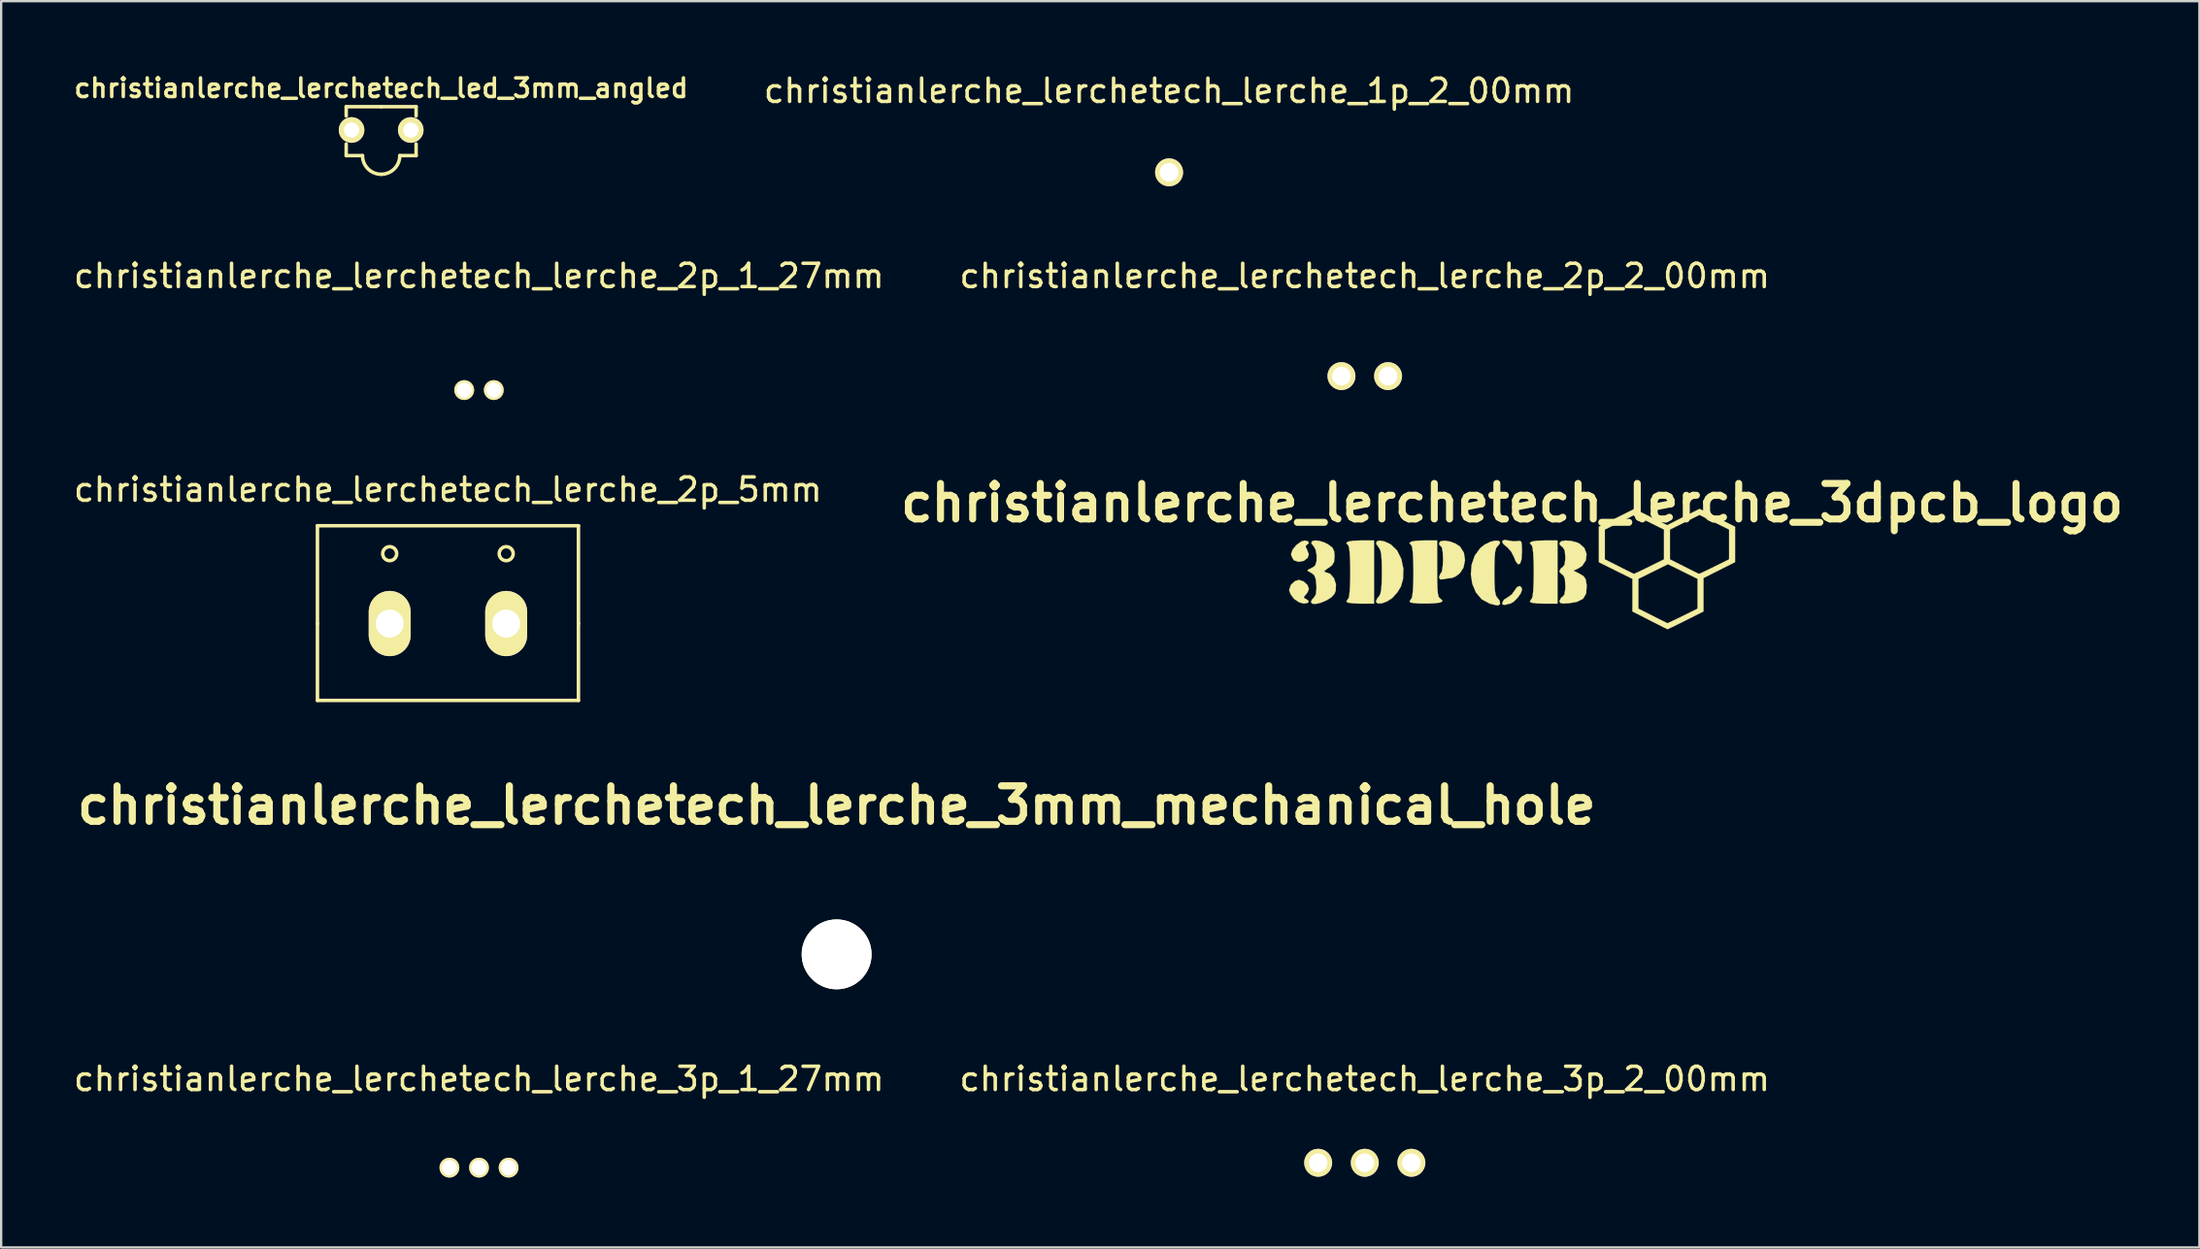
<source format=kicad_pcb>
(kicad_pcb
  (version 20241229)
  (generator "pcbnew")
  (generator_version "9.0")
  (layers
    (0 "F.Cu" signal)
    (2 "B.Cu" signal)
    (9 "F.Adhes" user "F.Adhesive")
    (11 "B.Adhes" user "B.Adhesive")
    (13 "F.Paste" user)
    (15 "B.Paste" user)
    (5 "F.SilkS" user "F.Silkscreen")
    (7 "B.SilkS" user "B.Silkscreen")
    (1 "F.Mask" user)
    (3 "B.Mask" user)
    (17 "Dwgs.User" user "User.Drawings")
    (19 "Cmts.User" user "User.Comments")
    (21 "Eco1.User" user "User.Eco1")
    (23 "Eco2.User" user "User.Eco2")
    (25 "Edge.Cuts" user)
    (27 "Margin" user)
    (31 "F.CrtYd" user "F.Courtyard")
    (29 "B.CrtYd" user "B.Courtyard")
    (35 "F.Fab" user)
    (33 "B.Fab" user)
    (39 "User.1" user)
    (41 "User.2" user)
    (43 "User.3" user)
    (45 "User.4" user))
  (footprint "christianlerche_lerchetech_lerche_2p_5mm"
    (layer "F.Cu")
    (at 16.173 23.72)
    (property "Reference" "christianlerche_lerchetech_lerche_2p_5mm" (at 0 -5.75 0) (layer "F.SilkS") (effects (font (size 1 1) (thickness 0.15))))
    (attr through_hole)
    (fp_line (start -5.6 -4.2) (end -5.6 0) (stroke (width 0.15) (type solid)) (layer "F.SilkS"))
    (fp_line (start -5.6 0) (end -5.6 3.3) (stroke (width 0.15) (type solid)) (layer "F.SilkS"))
    (fp_line (start -5.6 3.3) (end 5.6 3.3) (stroke (width 0.15) (type solid)) (layer "F.SilkS"))
    (fp_line (start 5.6 -4.2) (end -5.6 -4.2) (stroke (width 0.15) (type solid)) (layer "F.SilkS"))
    (fp_line (start 5.6 0) (end 5.6 -4.2) (stroke (width 0.15) (type solid)) (layer "F.SilkS"))
    (fp_line (start 5.6 3.3) (end 5.6 0) (stroke (width 0.15) (type solid)) (layer "F.SilkS"))
    (fp_circle (center -2.5 -3) (end -2.5 -2.7) (stroke (width 0.15) (type solid)) (fill no) (layer "F.SilkS"))
    (fp_circle (center 2.5 -3) (end 2.5 -2.7) (stroke (width 0.15) (type solid)) (fill no) (layer "F.SilkS"))
    (pad "1" thru_hole oval (at -2.5 0) (size 1.8 2.8) (drill 1.2) (layers "*.Cu" "*.Mask" "F.SilkS"))
    (pad "2" thru_hole oval (at 2.5 0) (size 1.8 2.8) (drill 1.2) (layers "*.Cu" "*.Mask" "F.SilkS")))
  (footprint "christianlerche_lerchetech_lerche_3dpcb_logo"
    (layer "F.Cu")
    (at 61.841 21.34)
    (property "Reference" "christianlerche_lerchetech_lerche_3dpcb_logo" (at 0 -2.8 0) (layer "F.SilkS") (effects (font (size 1.524 1.524) (thickness 0.3))))
    (attr through_hole)
    (fp_poly (pts (xy -8.752 -1.145) (xy -8.727 -1.062) (xy -8.817 -0.998) (xy -8.863 -0.925) (xy -8.796 -0.779) (xy -8.725 -0.589) (xy -8.772 -0.444) (xy -8.936 -0.313) (xy -9.157 -0.271) (xy -9.352 -0.33) (xy -9.377 -0.352) (xy -9.469 -0.525) (xy -9.483 -0.613) (xy -9.414 -0.802) (xy -9.248 -0.998) (xy -9.043 -1.144) (xy -8.894 -1.185) (xy -8.752 -1.145)) (stroke (width 0.01) (type solid)) (fill yes) (layer "F.SilkS"))
    (fp_poly (pts (xy 0.413 0.852) (xy 0.423 0.935) (xy 0.367 1.09) (xy 0.231 1.278) (xy 0.067 1.442) (xy -0.075 1.523) (xy -0.09 1.524) (xy -0.219 1.551) (xy -0.289 1.575) (xy -0.402 1.567) (xy -0.423 1.489) (xy -0.352 1.359) (xy -0.211 1.27) (xy -0.013 1.131) (xy 0.099 0.975) (xy 0.216 0.812) (xy 0.335 0.769) (xy 0.413 0.852)) (stroke (width 0.01) (type solid)) (fill yes) (layer "F.SilkS"))
    (fp_poly (pts (xy -0.173 -1.186) (xy 0.066 -1.148) (xy 0.25 -1.16) (xy 0.345 -1.171) (xy 0.397 -1.118) (xy 0.419 -0.965) (xy 0.423 -0.687) (xy 0.401 -0.368) (xy 0.341 -0.191) (xy 0.254 -0.165) (xy 0.153 -0.296) (xy 0.084 -0.469) (xy -0.039 -0.709) (xy -0.204 -0.891) (xy -0.219 -0.902) (xy -0.39 -1.051) (xy -0.424 -1.163) (xy -0.327 -1.211) (xy -0.173 -1.186)) (stroke (width 0.01) (type solid)) (fill yes) (layer "F.SilkS"))
    (fp_poly (pts (xy -8.949 0.572) (xy -8.785 0.723) (xy -8.721 0.889) (xy -8.776 1.038) (xy -8.854 1.137) (xy -8.943 1.245) (xy -8.903 1.301) (xy -8.854 1.322) (xy -8.731 1.408) (xy -8.76 1.488) (xy -8.927 1.524) (xy -8.936 1.524) (xy -9.144 1.465) (xy -9.352 1.324) (xy -9.36 1.316) (xy -9.502 1.127) (xy -9.567 0.951) (xy -9.567 0.941) (xy -9.495 0.722) (xy -9.319 0.558) (xy -9.144 0.508) (xy -8.949 0.572)) (stroke (width 0.01) (type solid)) (fill yes) (layer "F.SilkS"))
    (fp_poly (pts (xy -5.927 1.524) (xy -6.519 1.524) (xy -6.811 1.514) (xy -7.023 1.486) (xy -7.112 1.448) (xy -7.112 1.444) (xy -7.05 1.33) (xy -7.027 1.312) (xy -6.993 1.209) (xy -6.966 0.964) (xy -6.949 0.605) (xy -6.943 0.169) (xy -6.949 -0.276) (xy -6.967 -0.633) (xy -6.994 -0.875) (xy -7.027 -0.974) (xy -7.117 -1.068) (xy -7.044 -1.136) (xy -6.813 -1.175) (xy -6.519 -1.185) (xy -5.927 -1.185) (xy -5.927 1.524)) (stroke (width 0.01) (type solid)) (fill yes) (layer "F.SilkS"))
    (fp_poly (pts (xy 1.947 1.524) (xy 1.355 1.524) (xy 1.063 1.514) (xy 0.851 1.486) (xy 0.762 1.448) (xy 0.762 1.444) (xy 0.824 1.33) (xy 0.847 1.312) (xy 0.881 1.209) (xy 0.908 0.964) (xy 0.925 0.605) (xy 0.931 0.169) (xy 0.925 -0.276) (xy 0.907 -0.633) (xy 0.88 -0.875) (xy 0.847 -0.974) (xy 0.757 -1.068) (xy 0.83 -1.136) (xy 1.061 -1.175) (xy 1.355 -1.185) (xy 1.947 -1.185) (xy 1.947 1.524)) (stroke (width 0.01) (type solid)) (fill yes) (layer "F.SilkS"))
    (fp_poly (pts (xy -2.664 -1.139) (xy -2.429 -1.053) (xy -2.236 -0.924) (xy -2.235 -0.924) (xy -2.07 -0.663) (xy -2.021 -0.34) (xy -2.088 -0.018) (xy -2.24 0.216) (xy -2.424 0.358) (xy -2.59 0.424) (xy -2.6 0.424) (xy -2.807 0.447) (xy -2.942 0.477) (xy -3.093 0.484) (xy -3.133 0.396) (xy -3.085 0.248) (xy -3.048 0.212) (xy -3.004 0.106) (xy -2.974 -0.119) (xy -2.963 -0.386) (xy -2.975 -0.672) (xy -3.007 -0.867) (xy -3.048 -0.931) (xy -3.121 -1.001) (xy -3.133 -1.069) (xy -3.064 -1.156) (xy -2.892 -1.176) (xy -2.664 -1.139)) (stroke (width 0.01) (type solid)) (fill yes) (layer "F.SilkS"))
    (fp_poly (pts (xy -0.569 -1.17) (xy -0.512 -1.103) (xy -0.578 -0.984) (xy -0.635 -0.931) (xy -0.692 -0.846) (xy -0.73 -0.686) (xy -0.752 -0.423) (xy -0.761 -0.029) (xy -0.762 0.169) (xy -0.757 0.623) (xy -0.741 0.934) (xy -0.71 1.132) (xy -0.66 1.244) (xy -0.635 1.27) (xy -0.531 1.409) (xy -0.517 1.54) (xy -0.597 1.602) (xy -0.614 1.601) (xy -0.768 1.573) (xy -0.964 1.521) (xy -1.301 1.34) (xy -1.55 1.048) (xy -1.707 0.679) (xy -1.77 0.269) (xy -1.736 -0.148) (xy -1.602 -0.536) (xy -1.365 -0.861) (xy -1.169 -1.014) (xy -0.928 -1.13) (xy -0.717 -1.18) (xy -0.569 -1.17)) (stroke (width 0.01) (type solid)) (fill yes) (layer "F.SilkS"))
    (fp_poly (pts (xy -5.482 -1.146) (xy -5.228 -1.028) (xy -5.204 -1.014) (xy -4.938 -0.758) (xy -4.755 -0.394) (xy -4.666 0.031) (xy -4.682 0.471) (xy -4.772 0.79) (xy -4.917 1.03) (xy -5.122 1.262) (xy -5.16 1.295) (xy -5.372 1.433) (xy -5.588 1.511) (xy -5.759 1.52) (xy -5.841 1.451) (xy -5.842 1.433) (xy -5.788 1.304) (xy -5.715 1.216) (xy -5.655 1.111) (xy -5.616 0.925) (xy -5.595 0.627) (xy -5.588 0.19) (xy -5.588 0.169) (xy -5.594 -0.274) (xy -5.614 -0.577) (xy -5.653 -0.767) (xy -5.712 -0.874) (xy -5.715 -0.877) (xy -5.83 -1.041) (xy -5.811 -1.145) (xy -5.686 -1.183) (xy -5.482 -1.146)) (stroke (width 0.01) (type solid)) (fill yes) (layer "F.SilkS"))
    (fp_poly (pts (xy -3.217 0.033) (xy -3.215 0.522) (xy -3.205 0.866) (xy -3.186 1.092) (xy -3.155 1.225) (xy -3.109 1.29) (xy -3.085 1.303) (xy -2.997 1.387) (xy -3.005 1.439) (xy -3.107 1.479) (xy -3.32 1.507) (xy -3.599 1.52) (xy -3.894 1.521) (xy -4.158 1.507) (xy -4.343 1.48) (xy -4.403 1.444) (xy -4.341 1.33) (xy -4.318 1.312) (xy -4.284 1.209) (xy -4.257 0.964) (xy -4.239 0.605) (xy -4.233 0.169) (xy -4.24 -0.276) (xy -4.257 -0.633) (xy -4.284 -0.875) (xy -4.318 -0.974) (xy -4.407 -1.068) (xy -4.334 -1.136) (xy -4.103 -1.175) (xy -3.81 -1.185) (xy -3.217 -1.185) (xy -3.217 0.033)) (stroke (width 0.01) (type solid)) (fill yes) (layer "F.SilkS"))
    (fp_poly (pts (xy -8.27 -1.168) (xy -8.038 -1.092) (xy -7.895 -1.017) (xy -7.712 -0.879) (xy -7.634 -0.717) (xy -7.62 -0.508) (xy -7.641 -0.267) (xy -7.733 -0.115) (xy -7.895 0.001) (xy -8.05 0.113) (xy -8.056 0.166) (xy -8.025 0.169) (xy -7.807 0.244) (xy -7.644 0.436) (xy -7.559 0.695) (xy -7.571 0.972) (xy -7.623 1.105) (xy -7.753 1.251) (xy -7.958 1.381) (xy -8.192 1.48) (xy -8.412 1.534) (xy -8.574 1.528) (xy -8.636 1.45) (xy -8.578 1.34) (xy -8.505 1.267) (xy -8.42 1.125) (xy -8.394 0.87) (xy -8.399 0.729) (xy -8.429 0.458) (xy -8.493 0.301) (xy -8.617 0.205) (xy -8.633 0.197) (xy -8.772 0.119) (xy -8.768 0.071) (xy -8.675 0.032) (xy -8.509 -0.06) (xy -8.447 -0.121) (xy -8.391 -0.303) (xy -8.388 -0.552) (xy -8.431 -0.789) (xy -8.509 -0.931) (xy -8.616 -1.063) (xy -8.591 -1.149) (xy -8.465 -1.186) (xy -8.27 -1.168)) (stroke (width 0.01) (type solid)) (fill yes) (layer "F.SilkS"))
    (fp_poly (pts (xy 2.53 -1.167) (xy 2.782 -1.101) (xy 2.882 -1.057) (xy 3.101 -0.863) (xy 3.195 -0.607) (xy 3.165 -0.336) (xy 3.012 -0.101) (xy 2.841 0.013) (xy 2.631 0.109) (xy 2.903 0.245) (xy 3.076 0.353) (xy 3.162 0.493) (xy 3.197 0.728) (xy 3.2 0.766) (xy 3.177 1.092) (xy 3.047 1.313) (xy 2.79 1.446) (xy 2.456 1.505) (xy 2.198 1.52) (xy 2.069 1.495) (xy 2.032 1.422) (xy 2.032 1.417) (xy 2.1 1.276) (xy 2.159 1.239) (xy 2.244 1.139) (xy 2.282 0.909) (xy 2.286 0.762) (xy 2.266 0.467) (xy 2.202 0.313) (xy 2.159 0.285) (xy 2.047 0.183) (xy 2.032 0.127) (xy 2.1 0.004) (xy 2.159 -0.031) (xy 2.25 -0.144) (xy 2.285 -0.4) (xy 2.286 -0.466) (xy 2.26 -0.751) (xy 2.18 -0.89) (xy 2.159 -0.901) (xy 2.046 -1.007) (xy 2.032 -1.067) (xy 2.104 -1.151) (xy 2.287 -1.184) (xy 2.53 -1.167)) (stroke (width 0.01) (type solid)) (fill yes) (layer "F.SilkS"))
    (fp_poly (pts (xy 8.805 -2.159) (xy 9.567 -1.776) (xy 9.567 -0.256) (xy 8.89 0.085) (xy 8.213 0.425) (xy 8.213 1.861) (xy 7.452 2.243) (xy 7.131 2.403) (xy 6.872 2.529) (xy 6.709 2.605) (xy 6.669 2.62) (xy 6.589 2.583) (xy 6.392 2.485) (xy 6.111 2.343) (xy 5.905 2.238) (xy 5.165 1.861) (xy 5.165 0.461) (xy 5.163 0.46) (xy 5.419 0.46) (xy 5.419 1.741) (xy 6.032 2.051) (xy 6.319 2.195) (xy 6.539 2.304) (xy 6.656 2.362) (xy 6.666 2.366) (xy 6.745 2.333) (xy 6.94 2.242) (xy 7.213 2.11) (xy 7.322 2.056) (xy 7.959 1.741) (xy 7.959 0.46) (xy 7.324 0.146) (xy 6.689 -0.168) (xy 6.054 0.146) (xy 5.419 0.46) (xy 5.163 0.46) (xy 3.725 -0.253) (xy 3.725 -1.656) (xy 3.979 -1.656) (xy 3.979 -0.376) (xy 4.593 -0.066) (xy 4.879 0.078) (xy 5.1 0.188) (xy 5.217 0.245) (xy 5.227 0.249) (xy 5.306 0.216) (xy 5.501 0.125) (xy 5.774 -0.007) (xy 5.883 -0.061) (xy 6.519 -0.376) (xy 6.519 -1.656) (xy 6.773 -1.656) (xy 6.773 -0.376) (xy 7.387 -0.066) (xy 7.673 0.078) (xy 7.894 0.188) (xy 8.011 0.245) (xy 8.021 0.249) (xy 8.1 0.216) (xy 8.295 0.125) (xy 8.568 -0.007) (xy 8.677 -0.061) (xy 9.313 -0.376) (xy 9.313 -1.656) (xy 8.043 -2.285) (xy 6.773 -1.656) (xy 6.519 -1.656) (xy 5.249 -2.285) (xy 3.979 -1.656) (xy 3.725 -1.656) (xy 3.725 -1.776) (xy 4.486 -2.158) (xy 5.246 -2.54) (xy 5.95 -2.191) (xy 6.653 -1.843) (xy 8.043 -2.542) (xy 8.805 -2.159)) (stroke (width 0.01) (type solid)) (fill yes) (layer "F.SilkS")))
  (footprint "christianlerche_lerchetech_lerche_1p_2_00mm"
    (layer "F.Cu")
    (at 47.12 4.348)
    (property "Reference" "christianlerche_lerchetech_lerche_1p_2_00mm" (at 0 -3.5 0) (layer "F.SilkS") (effects (font (size 1 1) (thickness 0.15))))
    (attr through_hole)
    (pad "1" thru_hole circle (at 0 0) (size 1.2 1.2) (drill 0.8) (layers "*.Cu" "*.Mask" "F.SilkS")))
  (footprint "christianlerche_lerchetech_lerche_3mm_mechanical_hole"
    (layer "F.Cu")
    (at 32.853 37.922)
    (property "Reference" "christianlerche_lerchetech_lerche_3mm_mechanical_hole" (at 0 -6.401 0) (layer "F.SilkS") (effects (font (size 1.524 1.524) (thickness 0.305))))
    (attr through_hole)
    (pad "" np_thru_hole circle (at 0 0) (size 3 3) (drill 3) (layers "*.Cu" "*.Mask" "F.SilkS")))
  (footprint "christianlerche_lerchetech_led_3mm_angled"
    (layer "F.Cu")
    (at 13.307 2.531)
    (property "Reference" "christianlerche_lerchetech_led_3mm_angled" (at 0 -1.8 0) (layer "F.SilkS") (effects (font (size 0.8 0.8) (thickness 0.15))))
    (attr through_hole)
    (fp_line (start -1.5 -1) (end -1.5 -0.6) (stroke (width 0.15) (type solid)) (layer "F.SilkS"))
    (fp_line (start -1.5 1.1) (end -1.5 0.6) (stroke (width 0.15) (type solid)) (layer "F.SilkS"))
    (fp_line (start -0.8 1.1) (end -1.5 1.1) (stroke (width 0.15) (type solid)) (layer "F.SilkS"))
    (fp_line (start 0 -1) (end -1.5 -1) (stroke (width 0.15) (type solid)) (layer "F.SilkS"))
    (fp_line (start 0 -1) (end 1.5 -1) (stroke (width 0.15) (type solid)) (layer "F.SilkS"))
    (fp_line (start 1.5 -1) (end 1.5 -0.6) (stroke (width 0.15) (type solid)) (layer "F.SilkS"))
    (fp_line (start 1.5 0.6) (end 1.5 1.1) (stroke (width 0.15) (type solid)) (layer "F.SilkS"))
    (fp_line (start 1.5 1.1) (end 0.8 1.1) (stroke (width 0.15) (type solid)) (layer "F.SilkS"))
    (fp_arc (start 0 1.9) (mid -0.565685 1.665685) (end -0.8 1.1) (stroke (width 0.15) (type solid)) (layer "F.SilkS"))
    (fp_arc (start 0.8 1.1) (mid 0.565685 1.665685) (end 0 1.9) (stroke (width 0.15) (type solid)) (layer "F.SilkS"))
    (pad "1" thru_hole circle (at -1.27 0) (size 1.1 1.1) (drill 0.65) (layers "*.Cu" "*.Mask" "F.SilkS"))
    (pad "2" thru_hole circle (at 1.27 0) (size 1.1 1.1) (drill 0.65) (layers "*.Cu" "*.Mask" "F.SilkS")))
  (footprint "christianlerche_lerchetech_lerche_2p_2_00mm"
    (layer "F.Cu")
    (at 55.518 13.097)
    (property "Reference" "christianlerche_lerchetech_lerche_2p_2_00mm" (at 0 -4.3 0) (layer "F.SilkS") (effects (font (size 1 1) (thickness 0.15))))
    (attr through_hole)
    (pad "1" thru_hole circle (at -1 0) (size 1.2 1.2) (drill 0.8) (layers "*.Cu" "*.Mask" "F.SilkS"))
    (pad "2" thru_hole circle (at 1 0) (size 1.2 1.2) (drill 0.8) (layers "*.Cu" "*.Mask" "F.SilkS")))
  (footprint "christianlerche_lerchetech_lerche_2p_1_27mm"
    (layer "F.Cu")
    (at 17.506 13.697)
    (property "Reference" "christianlerche_lerchetech_lerche_2p_1_27mm" (at 0 -4.9 0) (layer "F.SilkS") (effects (font (size 1 1) (thickness 0.15))))
    (attr through_hole)
    (pad "1" thru_hole circle (at -0.635 0) (size 0.85 0.85) (drill 0.65) (layers "*.Cu" "*.Mask" "F.SilkS"))
    (pad "2" thru_hole circle (at 0.635 0) (size 0.85 0.85) (drill 0.65) (layers "*.Cu" "*.Mask" "F.SilkS")))
  (footprint "christianlerche_lerchetech_lerche_3p_1_27mm"
    (layer "F.Cu")
    (at 17.506 47.08)
    (property "Reference" "christianlerche_lerchetech_lerche_3p_1_27mm" (at 0 -3.81 0) (layer "F.SilkS") (effects (font (size 1 1) (thickness 0.15))))
    (attr through_hole)
    (pad "1" thru_hole circle (at -1.27 0) (size 0.85 0.85) (drill 0.65) (layers "*.Cu" "*.Mask" "F.SilkS"))
    (pad "2" thru_hole circle (at 0 0) (size 0.85 0.85) (drill 0.65) (layers "*.Cu" "*.Mask" "F.SilkS"))
    (pad "3" thru_hole circle (at 1.27 0) (size 0.85 0.85) (drill 0.65) (layers "*.Cu" "*.Mask" "F.SilkS")))
  (footprint "christianlerche_lerchetech_lerche_3p_2_00mm"
    (layer "F.Cu")
    (at 55.518 46.87)
    (property "Reference" "christianlerche_lerchetech_lerche_3p_2_00mm" (at 0 -3.6 0) (layer "F.SilkS") (effects (font (size 1 1) (thickness 0.15))))
    (attr through_hole)
    (pad "1" thru_hole circle (at -2 0) (size 1.2 1.2) (drill 0.8) (layers "*.Cu" "*.Mask" "F.SilkS"))
    (pad "2" thru_hole circle (at 0 0) (size 1.2 1.2) (drill 0.8) (layers "*.Cu" "*.Mask" "F.SilkS"))
    (pad "3" thru_hole circle (at 2 0) (size 1.2 1.2) (drill 0.8) (layers "*.Cu" "*.Mask" "F.SilkS")))
  (gr_rect
    (start -3 -3)
    (end 91.337 50.505)
    (stroke (width 0.1) (type default))
    (fill no)
    (layer "Edge.Cuts")))
</source>
